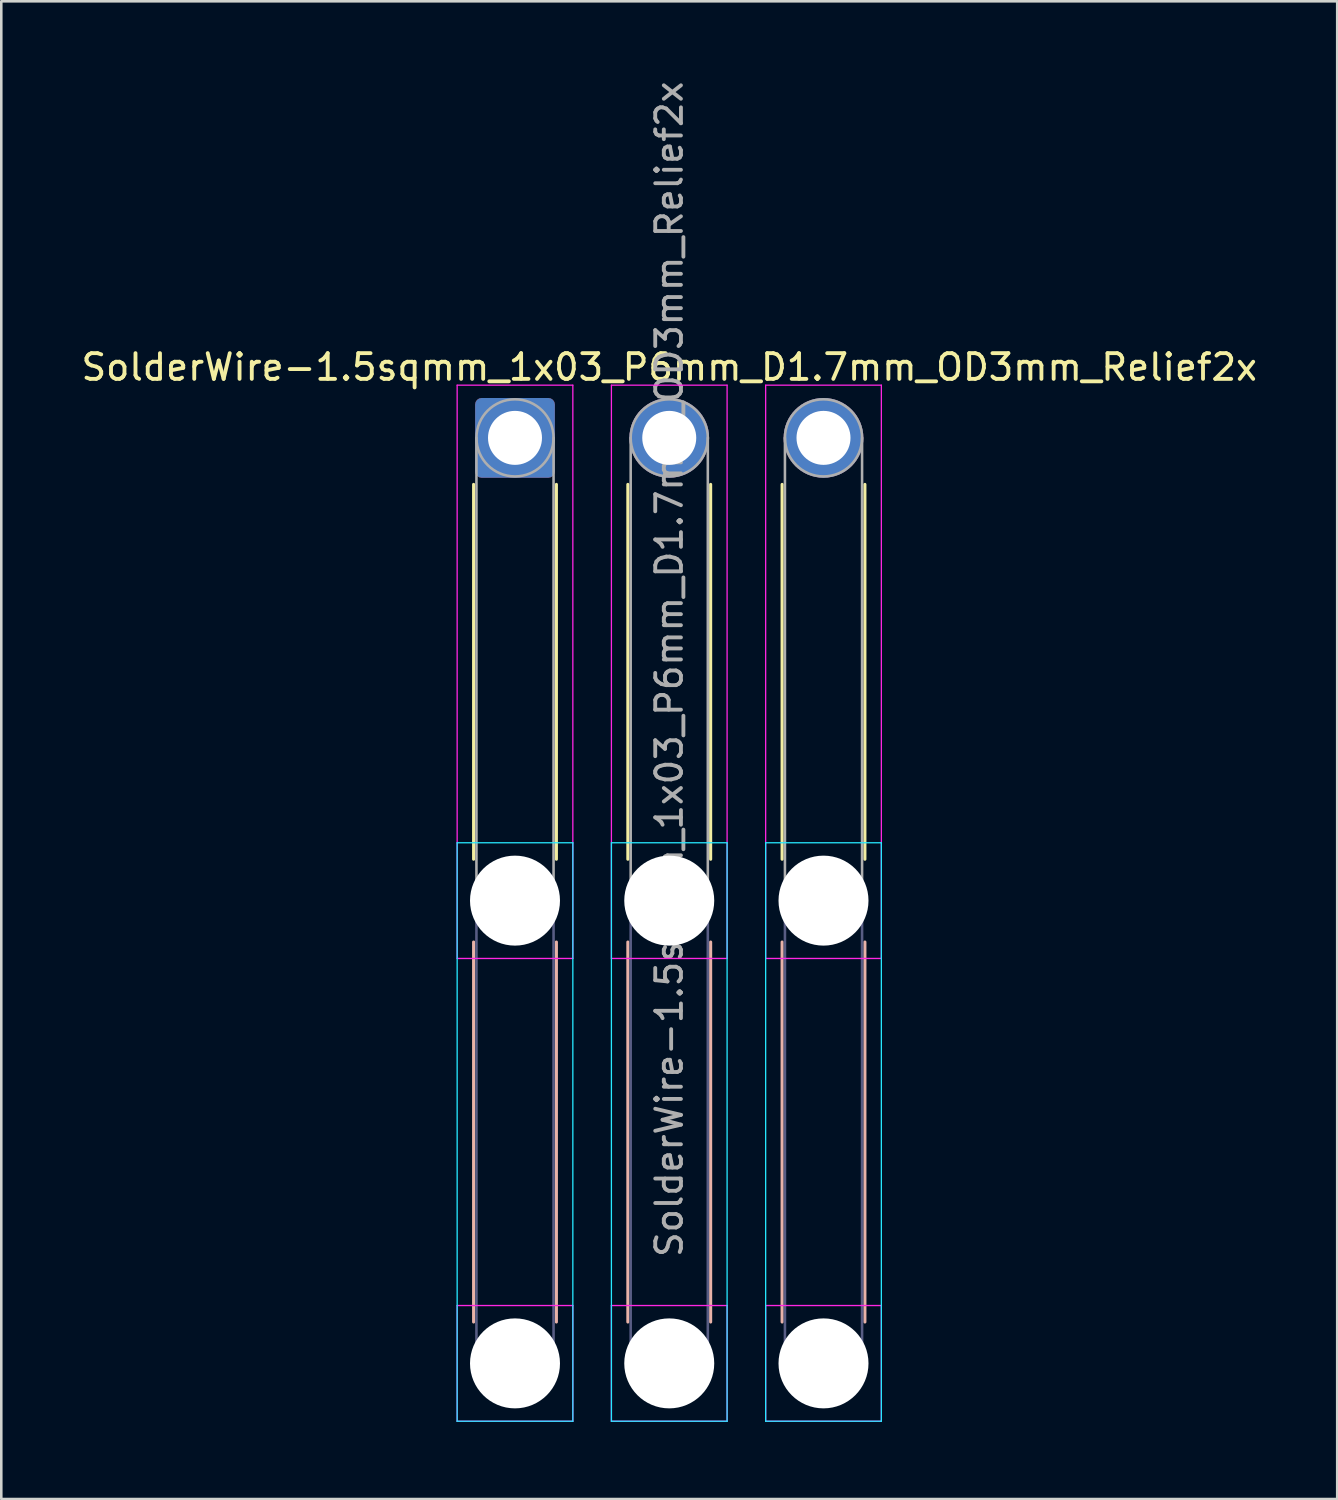
<source format=kicad_pcb>
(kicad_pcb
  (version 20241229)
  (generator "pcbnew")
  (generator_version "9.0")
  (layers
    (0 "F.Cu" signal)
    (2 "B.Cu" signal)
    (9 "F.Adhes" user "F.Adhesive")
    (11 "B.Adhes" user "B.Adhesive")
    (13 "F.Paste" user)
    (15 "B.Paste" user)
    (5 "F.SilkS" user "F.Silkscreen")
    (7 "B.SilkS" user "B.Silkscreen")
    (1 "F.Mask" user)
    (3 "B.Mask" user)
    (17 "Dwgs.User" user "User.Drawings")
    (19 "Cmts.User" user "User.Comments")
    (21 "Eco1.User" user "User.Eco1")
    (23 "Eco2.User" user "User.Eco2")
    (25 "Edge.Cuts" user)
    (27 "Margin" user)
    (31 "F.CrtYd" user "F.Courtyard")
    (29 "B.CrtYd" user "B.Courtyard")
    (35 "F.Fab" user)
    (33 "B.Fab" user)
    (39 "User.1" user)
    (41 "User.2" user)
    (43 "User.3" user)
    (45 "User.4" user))
  (footprint "SolderWire-1.5sqmm_1x03_P6mm_D1.7mm_OD3mm_Relief2x"
    (layer "F.Cu")
    (at 16.982 13.982)
    (property "Reference" "SolderWire-1.5sqmm_1x03_P6mm_D1.7mm_OD3mm_Relief2x" (at 6 -2.75 0) (layer "F.SilkS") (effects (font (size 1 1) (thickness 0.15))))
    (attr exclude_from_pos_files exclude_from_bom)
    (fp_line (start -1.61 1.81) (end -1.61 16.39) (stroke (width 0.12) (type solid)) (layer "F.SilkS"))
    (fp_line (start 1.61 1.81) (end 1.61 16.39) (stroke (width 0.12) (type solid)) (layer "F.SilkS"))
    (fp_line (start 4.39 1.81) (end 4.39 16.39) (stroke (width 0.12) (type solid)) (layer "F.SilkS"))
    (fp_line (start 7.61 1.81) (end 7.61 16.39) (stroke (width 0.12) (type solid)) (layer "F.SilkS"))
    (fp_line (start 10.39 1.81) (end 10.39 16.39) (stroke (width 0.12) (type solid)) (layer "F.SilkS"))
    (fp_line (start 13.61 1.81) (end 13.61 16.39) (stroke (width 0.12) (type solid)) (layer "F.SilkS"))
    (fp_line (start -1.61 19.61) (end -1.61 34.39) (stroke (width 0.12) (type solid)) (layer "B.SilkS"))
    (fp_line (start 1.61 19.61) (end 1.61 34.39) (stroke (width 0.12) (type solid)) (layer "B.SilkS"))
    (fp_line (start 4.39 19.61) (end 4.39 34.39) (stroke (width 0.12) (type solid)) (layer "B.SilkS"))
    (fp_line (start 7.61 19.61) (end 7.61 34.39) (stroke (width 0.12) (type solid)) (layer "B.SilkS"))
    (fp_line (start 10.39 19.61) (end 10.39 34.39) (stroke (width 0.12) (type solid)) (layer "B.SilkS"))
    (fp_line (start 13.61 19.61) (end 13.61 34.39) (stroke (width 0.12) (type solid)) (layer "B.SilkS"))
    (fp_line (start -2.25 15.75) (end -2.25 38.25) (stroke (width 0.05) (type solid)) (layer "B.CrtYd"))
    (fp_line (start -2.25 38.25) (end 2.25 38.25) (stroke (width 0.05) (type solid)) (layer "B.CrtYd"))
    (fp_line (start 2.25 15.75) (end -2.25 15.75) (stroke (width 0.05) (type solid)) (layer "B.CrtYd"))
    (fp_line (start 2.25 38.25) (end 2.25 15.75) (stroke (width 0.05) (type solid)) (layer "B.CrtYd"))
    (fp_line (start 3.75 15.75) (end 3.75 38.25) (stroke (width 0.05) (type solid)) (layer "B.CrtYd"))
    (fp_line (start 3.75 38.25) (end 8.25 38.25) (stroke (width 0.05) (type solid)) (layer "B.CrtYd"))
    (fp_line (start 8.25 15.75) (end 3.75 15.75) (stroke (width 0.05) (type solid)) (layer "B.CrtYd"))
    (fp_line (start 8.25 38.25) (end 8.25 15.75) (stroke (width 0.05) (type solid)) (layer "B.CrtYd"))
    (fp_line (start 9.75 15.75) (end 9.75 38.25) (stroke (width 0.05) (type solid)) (layer "B.CrtYd"))
    (fp_line (start 9.75 38.25) (end 14.25 38.25) (stroke (width 0.05) (type solid)) (layer "B.CrtYd"))
    (fp_line (start 14.25 15.75) (end 9.75 15.75) (stroke (width 0.05) (type solid)) (layer "B.CrtYd"))
    (fp_line (start 14.25 38.25) (end 14.25 15.75) (stroke (width 0.05) (type solid)) (layer "B.CrtYd"))
    (fp_line (start -2.25 -2.05) (end -2.25 20.25) (stroke (width 0.05) (type solid)) (layer "F.CrtYd"))
    (fp_line (start -2.25 20.25) (end 2.25 20.25) (stroke (width 0.05) (type solid)) (layer "F.CrtYd"))
    (fp_line (start -2.25 33.75) (end -2.25 38.25) (stroke (width 0.05) (type solid)) (layer "F.CrtYd"))
    (fp_line (start -2.25 38.25) (end 2.25 38.25) (stroke (width 0.05) (type solid)) (layer "F.CrtYd"))
    (fp_line (start 2.25 -2.05) (end -2.25 -2.05) (stroke (width 0.05) (type solid)) (layer "F.CrtYd"))
    (fp_line (start 2.25 20.25) (end 2.25 -2.05) (stroke (width 0.05) (type solid)) (layer "F.CrtYd"))
    (fp_line (start 2.25 33.75) (end -2.25 33.75) (stroke (width 0.05) (type solid)) (layer "F.CrtYd"))
    (fp_line (start 2.25 38.25) (end 2.25 33.75) (stroke (width 0.05) (type solid)) (layer "F.CrtYd"))
    (fp_line (start 3.75 -2.05) (end 3.75 20.25) (stroke (width 0.05) (type solid)) (layer "F.CrtYd"))
    (fp_line (start 3.75 20.25) (end 8.25 20.25) (stroke (width 0.05) (type solid)) (layer "F.CrtYd"))
    (fp_line (start 3.75 33.75) (end 3.75 38.25) (stroke (width 0.05) (type solid)) (layer "F.CrtYd"))
    (fp_line (start 3.75 38.25) (end 8.25 38.25) (stroke (width 0.05) (type solid)) (layer "F.CrtYd"))
    (fp_line (start 8.25 -2.05) (end 3.75 -2.05) (stroke (width 0.05) (type solid)) (layer "F.CrtYd"))
    (fp_line (start 8.25 20.25) (end 8.25 -2.05) (stroke (width 0.05) (type solid)) (layer "F.CrtYd"))
    (fp_line (start 8.25 33.75) (end 3.75 33.75) (stroke (width 0.05) (type solid)) (layer "F.CrtYd"))
    (fp_line (start 8.25 38.25) (end 8.25 33.75) (stroke (width 0.05) (type solid)) (layer "F.CrtYd"))
    (fp_line (start 9.75 -2.05) (end 9.75 20.25) (stroke (width 0.05) (type solid)) (layer "F.CrtYd"))
    (fp_line (start 9.75 20.25) (end 14.25 20.25) (stroke (width 0.05) (type solid)) (layer "F.CrtYd"))
    (fp_line (start 9.75 33.75) (end 9.75 38.25) (stroke (width 0.05) (type solid)) (layer "F.CrtYd"))
    (fp_line (start 9.75 38.25) (end 14.25 38.25) (stroke (width 0.05) (type solid)) (layer "F.CrtYd"))
    (fp_line (start 14.25 -2.05) (end 9.75 -2.05) (stroke (width 0.05) (type solid)) (layer "F.CrtYd"))
    (fp_line (start 14.25 20.25) (end 14.25 -2.05) (stroke (width 0.05) (type solid)) (layer "F.CrtYd"))
    (fp_line (start 14.25 33.75) (end 9.75 33.75) (stroke (width 0.05) (type solid)) (layer "F.CrtYd"))
    (fp_line (start 14.25 38.25) (end 14.25 33.75) (stroke (width 0.05) (type solid)) (layer "F.CrtYd"))
    (fp_line (start -1.5 18) (end -1.5 36) (stroke (width 0.1) (type solid)) (layer "B.Fab"))
    (fp_line (start 1.5 18) (end 1.5 36) (stroke (width 0.1) (type solid)) (layer "B.Fab"))
    (fp_line (start 4.5 18) (end 4.5 36) (stroke (width 0.1) (type solid)) (layer "B.Fab"))
    (fp_line (start 7.5 18) (end 7.5 36) (stroke (width 0.1) (type solid)) (layer "B.Fab"))
    (fp_line (start 10.5 18) (end 10.5 36) (stroke (width 0.1) (type solid)) (layer "B.Fab"))
    (fp_line (start 13.5 18) (end 13.5 36) (stroke (width 0.1) (type solid)) (layer "B.Fab"))
    (fp_circle (center 0 18) (end 1.5 18) (stroke (width 0.1) (type solid)) (fill no) (layer "B.Fab"))
    (fp_circle (center 0 36) (end 1.5 36) (stroke (width 0.1) (type solid)) (fill no) (layer "B.Fab"))
    (fp_circle (center 6 18) (end 7.5 18) (stroke (width 0.1) (type solid)) (fill no) (layer "B.Fab"))
    (fp_circle (center 6 36) (end 7.5 36) (stroke (width 0.1) (type solid)) (fill no) (layer "B.Fab"))
    (fp_circle (center 12 18) (end 13.5 18) (stroke (width 0.1) (type solid)) (fill no) (layer "B.Fab"))
    (fp_circle (center 12 36) (end 13.5 36) (stroke (width 0.1) (type solid)) (fill no) (layer "B.Fab"))
    (fp_line (start -1.5 0) (end -1.5 18) (stroke (width 0.1) (type solid)) (layer "F.Fab"))
    (fp_line (start 1.5 0) (end 1.5 18) (stroke (width 0.1) (type solid)) (layer "F.Fab"))
    (fp_line (start 4.5 0) (end 4.5 18) (stroke (width 0.1) (type solid)) (layer "F.Fab"))
    (fp_line (start 7.5 0) (end 7.5 18) (stroke (width 0.1) (type solid)) (layer "F.Fab"))
    (fp_line (start 10.5 0) (end 10.5 18) (stroke (width 0.1) (type solid)) (layer "F.Fab"))
    (fp_line (start 13.5 0) (end 13.5 18) (stroke (width 0.1) (type solid)) (layer "F.Fab"))
    (fp_circle (center 0 0) (end 1.5 0) (stroke (width 0.1) (type solid)) (fill no) (layer "F.Fab"))
    (fp_circle (center 0 18) (end 1.5 18) (stroke (width 0.1) (type solid)) (fill no) (layer "F.Fab"))
    (fp_circle (center 0 36) (end 1.5 36) (stroke (width 0.1) (type solid)) (fill no) (layer "F.Fab"))
    (fp_circle (center 6 0) (end 7.5 0) (stroke (width 0.1) (type solid)) (fill no) (layer "F.Fab"))
    (fp_circle (center 6 18) (end 7.5 18) (stroke (width 0.1) (type solid)) (fill no) (layer "F.Fab"))
    (fp_circle (center 6 36) (end 7.5 36) (stroke (width 0.1) (type solid)) (fill no) (layer "F.Fab"))
    (fp_circle (center 12 0) (end 13.5 0) (stroke (width 0.1) (type solid)) (fill no) (layer "F.Fab"))
    (fp_circle (center 12 18) (end 13.5 18) (stroke (width 0.1) (type solid)) (fill no) (layer "F.Fab"))
    (fp_circle (center 12 36) (end 13.5 36) (stroke (width 0.1) (type solid)) (fill no) (layer "F.Fab"))
    (fp_text user "${REFERENCE}" (at 6 9 90) (layer "F.Fab") (effects (font (size 1 1) (thickness 0.15))))
    (pad "" np_thru_hole circle (at 0 18) (size 3.5 3.5) (drill 3.5) (layers "*.Cu" "*.Mask"))
    (pad "" np_thru_hole circle (at 0 36) (size 3.5 3.5) (drill 3.5) (layers "*.Cu" "*.Mask"))
    (pad "" np_thru_hole circle (at 6 18) (size 3.5 3.5) (drill 3.5) (layers "*.Cu" "*.Mask"))
    (pad "" np_thru_hole circle (at 6 36) (size 3.5 3.5) (drill 3.5) (layers "*.Cu" "*.Mask"))
    (pad "" np_thru_hole circle (at 12 18) (size 3.5 3.5) (drill 3.5) (layers "*.Cu" "*.Mask"))
    (pad "" np_thru_hole circle (at 12 36) (size 3.5 3.5) (drill 3.5) (layers "*.Cu" "*.Mask"))
    (pad "1" thru_hole roundrect (at 0 0) (size 3.1 3.1) (drill 2.1) (layers "*.Cu" "*.Mask") (roundrect_rratio 0.081))
    (pad "2" thru_hole circle (at 6 0) (size 3.1 3.1) (drill 2.1) (layers "*.Cu" "*.Mask"))
    (pad "3" thru_hole circle (at 12 0) (size 3.1 3.1) (drill 2.1) (layers "*.Cu" "*.Mask")))
  (gr_rect
    (start -3 -3)
    (end 48.964 55.257)
    (stroke (width 0.1) (type default))
    (fill no)
    (layer "Edge.Cuts")))
</source>
